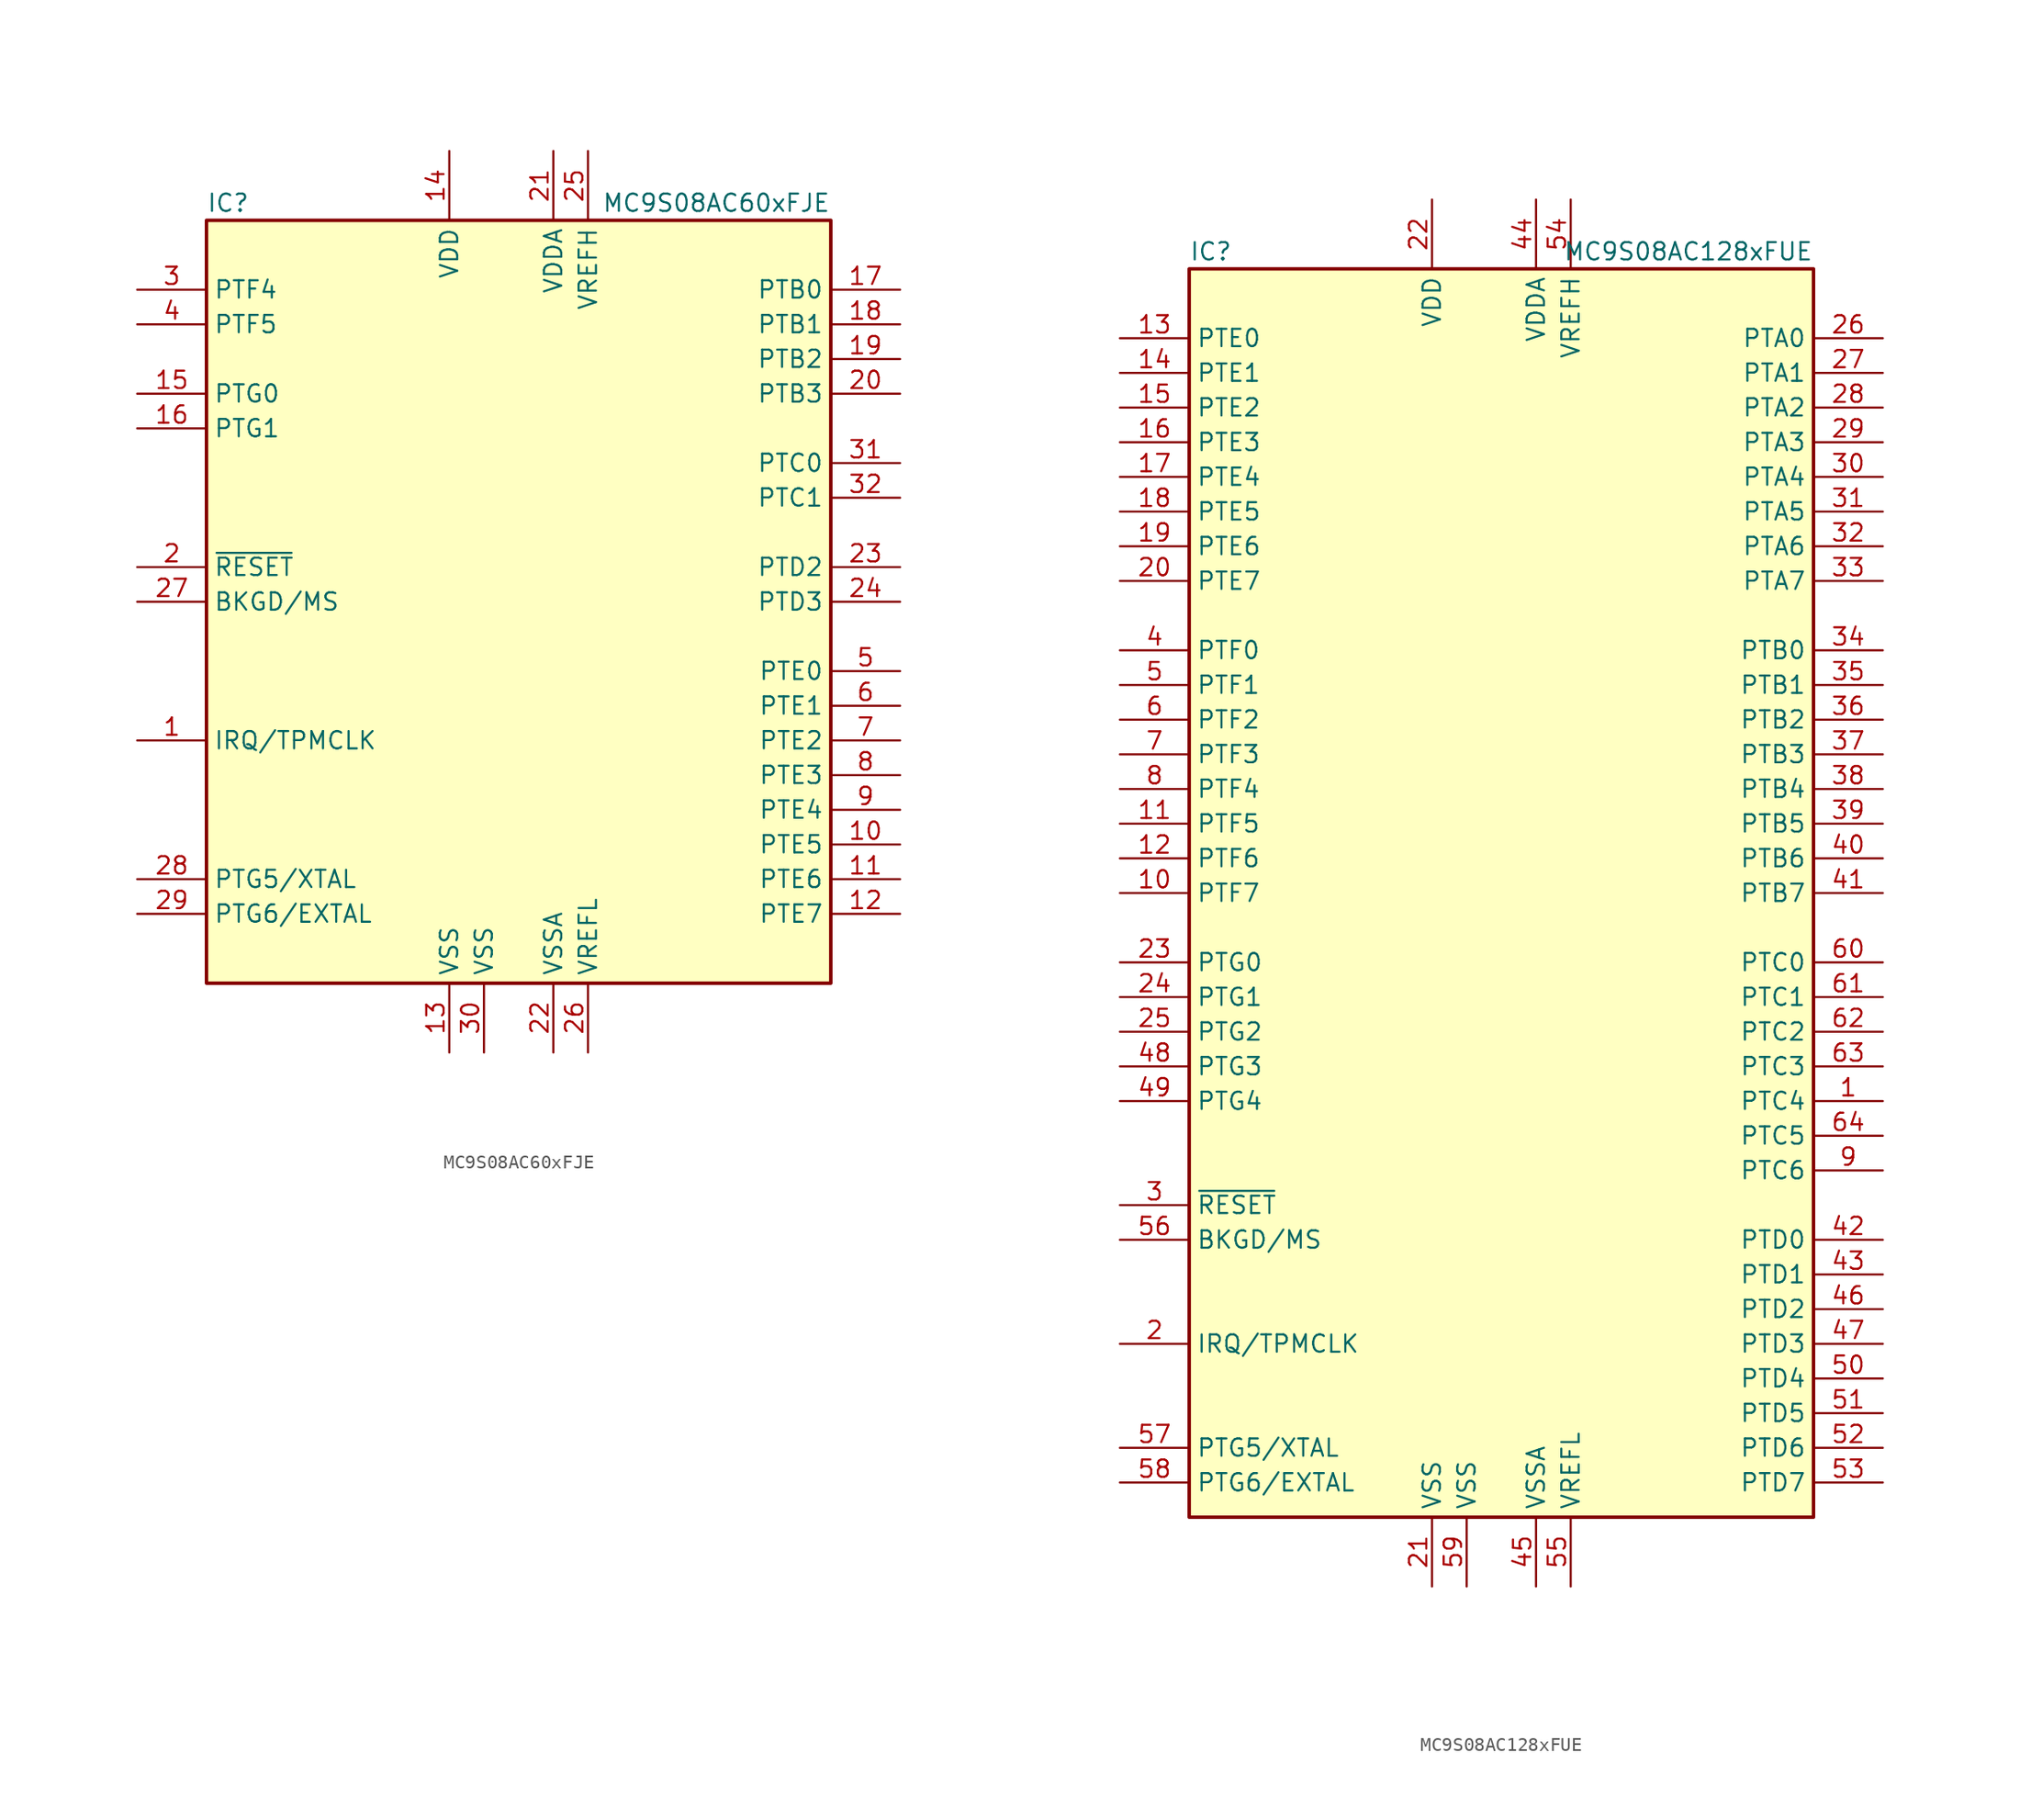
<source format=kicad_sym>
(kicad_symbol_lib
  (version 20211014)
  (generator kicad_symbol_editor)
  (symbol "MC9S08AC60xFJE"
    (property "Reference" "IC"
      (at -22.86 29.21 0)
      (effects (font (size 1.27 1.27)) (justify left)))
    (property "Value" "MC9S08AC60xFJE"
      (at 22.86 29.21 0)
      (effects (font (size 1.27 1.27)) (justify right)))
    (symbol "MC9S08AC60xFJE_0_1"
      (rectangle (start -22.86 27.94) (end 22.86 -27.94) (stroke (width 0.254) (type default) (color 0 0 0 0)) (fill (type background))))
    (symbol "MC9S08AC60xFJE_1_1"
      (pin input line (at -27.94 -10.16 0) (length 5.08) (name "IRQ/TPMCLK" (effects (font (size 1.27 1.27)))) (number "1" (effects (font (size 1.27 1.27)))))
      (pin bidirectional line (at 27.94 -17.78 180) (length 5.08) (name "PTE5" (effects (font (size 1.27 1.27)))) (number "10" (effects (font (size 1.27 1.27)))))
      (pin bidirectional line (at 27.94 -20.32 180) (length 5.08) (name "PTE6" (effects (font (size 1.27 1.27)))) (number "11" (effects (font (size 1.27 1.27)))))
      (pin bidirectional line (at 27.94 -22.86 180) (length 5.08) (name "PTE7" (effects (font (size 1.27 1.27)))) (number "12" (effects (font (size 1.27 1.27)))))
      (pin power_in line (at -5.08 -33.02 90) (length 5.08) (name "VSS" (effects (font (size 1.27 1.27)))) (number "13" (effects (font (size 1.27 1.27)))))
      (pin power_in line (at -5.08 33.02 270) (length 5.08) (name "VDD" (effects (font (size 1.27 1.27)))) (number "14" (effects (font (size 1.27 1.27)))))
      (pin bidirectional line (at -27.94 15.24 0) (length 5.08) (name "PTG0" (effects (font (size 1.27 1.27)))) (number "15" (effects (font (size 1.27 1.27)))))
      (pin bidirectional line (at -27.94 12.7 0) (length 5.08) (name "PTG1" (effects (font (size 1.27 1.27)))) (number "16" (effects (font (size 1.27 1.27)))))
      (pin bidirectional line (at 27.94 22.86 180) (length 5.08) (name "PTB0" (effects (font (size 1.27 1.27)))) (number "17" (effects (font (size 1.27 1.27)))))
      (pin bidirectional line (at 27.94 20.32 180) (length 5.08) (name "PTB1" (effects (font (size 1.27 1.27)))) (number "18" (effects (font (size 1.27 1.27)))))
      (pin bidirectional line (at 27.94 17.78 180) (length 5.08) (name "PTB2" (effects (font (size 1.27 1.27)))) (number "19" (effects (font (size 1.27 1.27)))))
      (pin input line (at -27.94 2.54 0) (length 5.08) (name "~{RESET}" (effects (font (size 1.27 1.27)))) (number "2" (effects (font (size 1.27 1.27)))))
      (pin bidirectional line (at 27.94 15.24 180) (length 5.08) (name "PTB3" (effects (font (size 1.27 1.27)))) (number "20" (effects (font (size 1.27 1.27)))))
      (pin power_in line (at 2.54 33.02 270) (length 5.08) (name "VDDA" (effects (font (size 1.27 1.27)))) (number "21" (effects (font (size 1.27 1.27)))))
      (pin power_in line (at 2.54 -33.02 90) (length 5.08) (name "VSSA" (effects (font (size 1.27 1.27)))) (number "22" (effects (font (size 1.27 1.27)))))
      (pin bidirectional line (at 27.94 2.54 180) (length 5.08) (name "PTD2" (effects (font (size 1.27 1.27)))) (number "23" (effects (font (size 1.27 1.27)))))
      (pin bidirectional line (at 27.94 0 180) (length 5.08) (name "PTD3" (effects (font (size 1.27 1.27)))) (number "24" (effects (font (size 1.27 1.27)))))
      (pin power_in line (at 5.08 33.02 270) (length 5.08) (name "VREFH" (effects (font (size 1.27 1.27)))) (number "25" (effects (font (size 1.27 1.27)))))
      (pin power_in line (at 5.08 -33.02 90) (length 5.08) (name "VREFL" (effects (font (size 1.27 1.27)))) (number "26" (effects (font (size 1.27 1.27)))))
      (pin bidirectional line (at -27.94 0 0) (length 5.08) (name "BKGD/MS" (effects (font (size 1.27 1.27)))) (number "27" (effects (font (size 1.27 1.27)))))
      (pin bidirectional line (at -27.94 -20.32 0) (length 5.08) (name "PTG5/XTAL" (effects (font (size 1.27 1.27)))) (number "28" (effects (font (size 1.27 1.27)))))
      (pin bidirectional line (at -27.94 -22.86 0) (length 5.08) (name "PTG6/EXTAL" (effects (font (size 1.27 1.27)))) (number "29" (effects (font (size 1.27 1.27)))))
      (pin bidirectional line (at -27.94 22.86 0) (length 5.08) (name "PTF4" (effects (font (size 1.27 1.27)))) (number "3" (effects (font (size 1.27 1.27)))))
      (pin power_in line (at -2.54 -33.02 90) (length 5.08) (name "VSS" (effects (font (size 1.27 1.27)))) (number "30" (effects (font (size 1.27 1.27)))))
      (pin bidirectional line (at 27.94 10.16 180) (length 5.08) (name "PTC0" (effects (font (size 1.27 1.27)))) (number "31" (effects (font (size 1.27 1.27)))))
      (pin bidirectional line (at 27.94 7.62 180) (length 5.08) (name "PTC1" (effects (font (size 1.27 1.27)))) (number "32" (effects (font (size 1.27 1.27)))))
      (pin bidirectional line (at -27.94 20.32 0) (length 5.08) (name "PTF5" (effects (font (size 1.27 1.27)))) (number "4" (effects (font (size 1.27 1.27)))))
      (pin bidirectional line (at 27.94 -5.08 180) (length 5.08) (name "PTE0" (effects (font (size 1.27 1.27)))) (number "5" (effects (font (size 1.27 1.27)))))
      (pin bidirectional line (at 27.94 -7.62 180) (length 5.08) (name "PTE1" (effects (font (size 1.27 1.27)))) (number "6" (effects (font (size 1.27 1.27)))))
      (pin bidirectional line (at 27.94 -10.16 180) (length 5.08) (name "PTE2" (effects (font (size 1.27 1.27)))) (number "7" (effects (font (size 1.27 1.27)))))
      (pin bidirectional line (at 27.94 -12.7 180) (length 5.08) (name "PTE3" (effects (font (size 1.27 1.27)))) (number "8" (effects (font (size 1.27 1.27)))))
      (pin bidirectional line (at 27.94 -15.24 180) (length 5.08) (name "PTE4" (effects (font (size 1.27 1.27)))) (number "9" (effects (font (size 1.27 1.27)))))))
  (symbol "MC9S08AC128xFUE"
    (property "Reference" "IC"
      (at -22.86 46.99 0)
      (effects (font (size 1.27 1.27)) (justify left)))
    (property "Value" "MC9S08AC128xFUE"
      (at 22.86 46.99 0)
      (effects (font (size 1.27 1.27)) (justify right)))
    (symbol "MC9S08AC128xFUE_0_1"
      (rectangle (start -22.86 45.72) (end 22.86 -45.72) (stroke (width 0.254) (type default) (color 0 0 0 0)) (fill (type background))))
    (symbol "MC9S08AC128xFUE_1_1"
      (pin bidirectional line (at 27.94 -15.24 180) (length 5.08) (name "PTC4" (effects (font (size 1.27 1.27)))) (number "1" (effects (font (size 1.27 1.27)))))
      (pin bidirectional line (at -27.94 0 0) (length 5.08) (name "PTF7" (effects (font (size 1.27 1.27)))) (number "10" (effects (font (size 1.27 1.27)))))
      (pin bidirectional line (at -27.94 5.08 0) (length 5.08) (name "PTF5" (effects (font (size 1.27 1.27)))) (number "11" (effects (font (size 1.27 1.27)))))
      (pin bidirectional line (at -27.94 2.54 0) (length 5.08) (name "PTF6" (effects (font (size 1.27 1.27)))) (number "12" (effects (font (size 1.27 1.27)))))
      (pin bidirectional line (at -27.94 40.64 0) (length 5.08) (name "PTE0" (effects (font (size 1.27 1.27)))) (number "13" (effects (font (size 1.27 1.27)))))
      (pin bidirectional line (at -27.94 38.1 0) (length 5.08) (name "PTE1" (effects (font (size 1.27 1.27)))) (number "14" (effects (font (size 1.27 1.27)))))
      (pin bidirectional line (at -27.94 35.56 0) (length 5.08) (name "PTE2" (effects (font (size 1.27 1.27)))) (number "15" (effects (font (size 1.27 1.27)))))
      (pin bidirectional line (at -27.94 33.02 0) (length 5.08) (name "PTE3" (effects (font (size 1.27 1.27)))) (number "16" (effects (font (size 1.27 1.27)))))
      (pin bidirectional line (at -27.94 30.48 0) (length 5.08) (name "PTE4" (effects (font (size 1.27 1.27)))) (number "17" (effects (font (size 1.27 1.27)))))
      (pin bidirectional line (at -27.94 27.94 0) (length 5.08) (name "PTE5" (effects (font (size 1.27 1.27)))) (number "18" (effects (font (size 1.27 1.27)))))
      (pin bidirectional line (at -27.94 25.4 0) (length 5.08) (name "PTE6" (effects (font (size 1.27 1.27)))) (number "19" (effects (font (size 1.27 1.27)))))
      (pin input line (at -27.94 -33.02 0) (length 5.08) (name "IRQ/TPMCLK" (effects (font (size 1.27 1.27)))) (number "2" (effects (font (size 1.27 1.27)))))
      (pin bidirectional line (at -27.94 22.86 0) (length 5.08) (name "PTE7" (effects (font (size 1.27 1.27)))) (number "20" (effects (font (size 1.27 1.27)))))
      (pin power_in line (at -5.08 -50.8 90) (length 5.08) (name "VSS" (effects (font (size 1.27 1.27)))) (number "21" (effects (font (size 1.27 1.27)))))
      (pin power_in line (at -5.08 50.8 270) (length 5.08) (name "VDD" (effects (font (size 1.27 1.27)))) (number "22" (effects (font (size 1.27 1.27)))))
      (pin bidirectional line (at -27.94 -5.08 0) (length 5.08) (name "PTG0" (effects (font (size 1.27 1.27)))) (number "23" (effects (font (size 1.27 1.27)))))
      (pin bidirectional line (at -27.94 -7.62 0) (length 5.08) (name "PTG1" (effects (font (size 1.27 1.27)))) (number "24" (effects (font (size 1.27 1.27)))))
      (pin bidirectional line (at -27.94 -10.16 0) (length 5.08) (name "PTG2" (effects (font (size 1.27 1.27)))) (number "25" (effects (font (size 1.27 1.27)))))
      (pin bidirectional line (at 27.94 40.64 180) (length 5.08) (name "PTA0" (effects (font (size 1.27 1.27)))) (number "26" (effects (font (size 1.27 1.27)))))
      (pin bidirectional line (at 27.94 38.1 180) (length 5.08) (name "PTA1" (effects (font (size 1.27 1.27)))) (number "27" (effects (font (size 1.27 1.27)))))
      (pin bidirectional line (at 27.94 35.56 180) (length 5.08) (name "PTA2" (effects (font (size 1.27 1.27)))) (number "28" (effects (font (size 1.27 1.27)))))
      (pin bidirectional line (at 27.94 33.02 180) (length 5.08) (name "PTA3" (effects (font (size 1.27 1.27)))) (number "29" (effects (font (size 1.27 1.27)))))
      (pin input line (at -27.94 -22.86 0) (length 5.08) (name "~{RESET}" (effects (font (size 1.27 1.27)))) (number "3" (effects (font (size 1.27 1.27)))))
      (pin bidirectional line (at 27.94 30.48 180) (length 5.08) (name "PTA4" (effects (font (size 1.27 1.27)))) (number "30" (effects (font (size 1.27 1.27)))))
      (pin bidirectional line (at 27.94 27.94 180) (length 5.08) (name "PTA5" (effects (font (size 1.27 1.27)))) (number "31" (effects (font (size 1.27 1.27)))))
      (pin bidirectional line (at 27.94 25.4 180) (length 5.08) (name "PTA6" (effects (font (size 1.27 1.27)))) (number "32" (effects (font (size 1.27 1.27)))))
      (pin bidirectional line (at 27.94 22.86 180) (length 5.08) (name "PTA7" (effects (font (size 1.27 1.27)))) (number "33" (effects (font (size 1.27 1.27)))))
      (pin bidirectional line (at 27.94 17.78 180) (length 5.08) (name "PTB0" (effects (font (size 1.27 1.27)))) (number "34" (effects (font (size 1.27 1.27)))))
      (pin bidirectional line (at 27.94 15.24 180) (length 5.08) (name "PTB1" (effects (font (size 1.27 1.27)))) (number "35" (effects (font (size 1.27 1.27)))))
      (pin bidirectional line (at 27.94 12.7 180) (length 5.08) (name "PTB2" (effects (font (size 1.27 1.27)))) (number "36" (effects (font (size 1.27 1.27)))))
      (pin bidirectional line (at 27.94 10.16 180) (length 5.08) (name "PTB3" (effects (font (size 1.27 1.27)))) (number "37" (effects (font (size 1.27 1.27)))))
      (pin bidirectional line (at 27.94 7.62 180) (length 5.08) (name "PTB4" (effects (font (size 1.27 1.27)))) (number "38" (effects (font (size 1.27 1.27)))))
      (pin bidirectional line (at 27.94 5.08 180) (length 5.08) (name "PTB5" (effects (font (size 1.27 1.27)))) (number "39" (effects (font (size 1.27 1.27)))))
      (pin bidirectional line (at -27.94 17.78 0) (length 5.08) (name "PTF0" (effects (font (size 1.27 1.27)))) (number "4" (effects (font (size 1.27 1.27)))))
      (pin bidirectional line (at 27.94 2.54 180) (length 5.08) (name "PTB6" (effects (font (size 1.27 1.27)))) (number "40" (effects (font (size 1.27 1.27)))))
      (pin bidirectional line (at 27.94 0 180) (length 5.08) (name "PTB7" (effects (font (size 1.27 1.27)))) (number "41" (effects (font (size 1.27 1.27)))))
      (pin bidirectional line (at 27.94 -25.4 180) (length 5.08) (name "PTD0" (effects (font (size 1.27 1.27)))) (number "42" (effects (font (size 1.27 1.27)))))
      (pin bidirectional line (at 27.94 -27.94 180) (length 5.08) (name "PTD1" (effects (font (size 1.27 1.27)))) (number "43" (effects (font (size 1.27 1.27)))))
      (pin power_in line (at 2.54 50.8 270) (length 5.08) (name "VDDA" (effects (font (size 1.27 1.27)))) (number "44" (effects (font (size 1.27 1.27)))))
      (pin power_in line (at 2.54 -50.8 90) (length 5.08) (name "VSSA" (effects (font (size 1.27 1.27)))) (number "45" (effects (font (size 1.27 1.27)))))
      (pin bidirectional line (at 27.94 -30.48 180) (length 5.08) (name "PTD2" (effects (font (size 1.27 1.27)))) (number "46" (effects (font (size 1.27 1.27)))))
      (pin bidirectional line (at 27.94 -33.02 180) (length 5.08) (name "PTD3" (effects (font (size 1.27 1.27)))) (number "47" (effects (font (size 1.27 1.27)))))
      (pin bidirectional line (at -27.94 -12.7 0) (length 5.08) (name "PTG3" (effects (font (size 1.27 1.27)))) (number "48" (effects (font (size 1.27 1.27)))))
      (pin bidirectional line (at -27.94 -15.24 0) (length 5.08) (name "PTG4" (effects (font (size 1.27 1.27)))) (number "49" (effects (font (size 1.27 1.27)))))
      (pin bidirectional line (at -27.94 15.24 0) (length 5.08) (name "PTF1" (effects (font (size 1.27 1.27)))) (number "5" (effects (font (size 1.27 1.27)))))
      (pin bidirectional line (at 27.94 -35.56 180) (length 5.08) (name "PTD4" (effects (font (size 1.27 1.27)))) (number "50" (effects (font (size 1.27 1.27)))))
      (pin bidirectional line (at 27.94 -38.1 180) (length 5.08) (name "PTD5" (effects (font (size 1.27 1.27)))) (number "51" (effects (font (size 1.27 1.27)))))
      (pin bidirectional line (at 27.94 -40.64 180) (length 5.08) (name "PTD6" (effects (font (size 1.27 1.27)))) (number "52" (effects (font (size 1.27 1.27)))))
      (pin bidirectional line (at 27.94 -43.18 180) (length 5.08) (name "PTD7" (effects (font (size 1.27 1.27)))) (number "53" (effects (font (size 1.27 1.27)))))
      (pin power_in line (at 5.08 50.8 270) (length 5.08) (name "VREFH" (effects (font (size 1.27 1.27)))) (number "54" (effects (font (size 1.27 1.27)))))
      (pin power_in line (at 5.08 -50.8 90) (length 5.08) (name "VREFL" (effects (font (size 1.27 1.27)))) (number "55" (effects (font (size 1.27 1.27)))))
      (pin bidirectional line (at -27.94 -25.4 0) (length 5.08) (name "BKGD/MS" (effects (font (size 1.27 1.27)))) (number "56" (effects (font (size 1.27 1.27)))))
      (pin bidirectional line (at -27.94 -40.64 0) (length 5.08) (name "PTG5/XTAL" (effects (font (size 1.27 1.27)))) (number "57" (effects (font (size 1.27 1.27)))))
      (pin bidirectional line (at -27.94 -43.18 0) (length 5.08) (name "PTG6/EXTAL" (effects (font (size 1.27 1.27)))) (number "58" (effects (font (size 1.27 1.27)))))
      (pin power_in line (at -2.54 -50.8 90) (length 5.08) (name "VSS" (effects (font (size 1.27 1.27)))) (number "59" (effects (font (size 1.27 1.27)))))
      (pin bidirectional line (at -27.94 12.7 0) (length 5.08) (name "PTF2" (effects (font (size 1.27 1.27)))) (number "6" (effects (font (size 1.27 1.27)))))
      (pin bidirectional line (at 27.94 -5.08 180) (length 5.08) (name "PTC0" (effects (font (size 1.27 1.27)))) (number "60" (effects (font (size 1.27 1.27)))))
      (pin bidirectional line (at 27.94 -7.62 180) (length 5.08) (name "PTC1" (effects (font (size 1.27 1.27)))) (number "61" (effects (font (size 1.27 1.27)))))
      (pin bidirectional line (at 27.94 -10.16 180) (length 5.08) (name "PTC2" (effects (font (size 1.27 1.27)))) (number "62" (effects (font (size 1.27 1.27)))))
      (pin bidirectional line (at 27.94 -12.7 180) (length 5.08) (name "PTC3" (effects (font (size 1.27 1.27)))) (number "63" (effects (font (size 1.27 1.27)))))
      (pin bidirectional line (at 27.94 -17.78 180) (length 5.08) (name "PTC5" (effects (font (size 1.27 1.27)))) (number "64" (effects (font (size 1.27 1.27)))))
      (pin bidirectional line (at -27.94 10.16 0) (length 5.08) (name "PTF3" (effects (font (size 1.27 1.27)))) (number "7" (effects (font (size 1.27 1.27)))))
      (pin bidirectional line (at -27.94 7.62 0) (length 5.08) (name "PTF4" (effects (font (size 1.27 1.27)))) (number "8" (effects (font (size 1.27 1.27)))))
      (pin bidirectional line (at 27.94 -20.32 180) (length 5.08) (name "PTC6" (effects (font (size 1.27 1.27)))) (number "9" (effects (font (size 1.27 1.27))))))))
</source>
